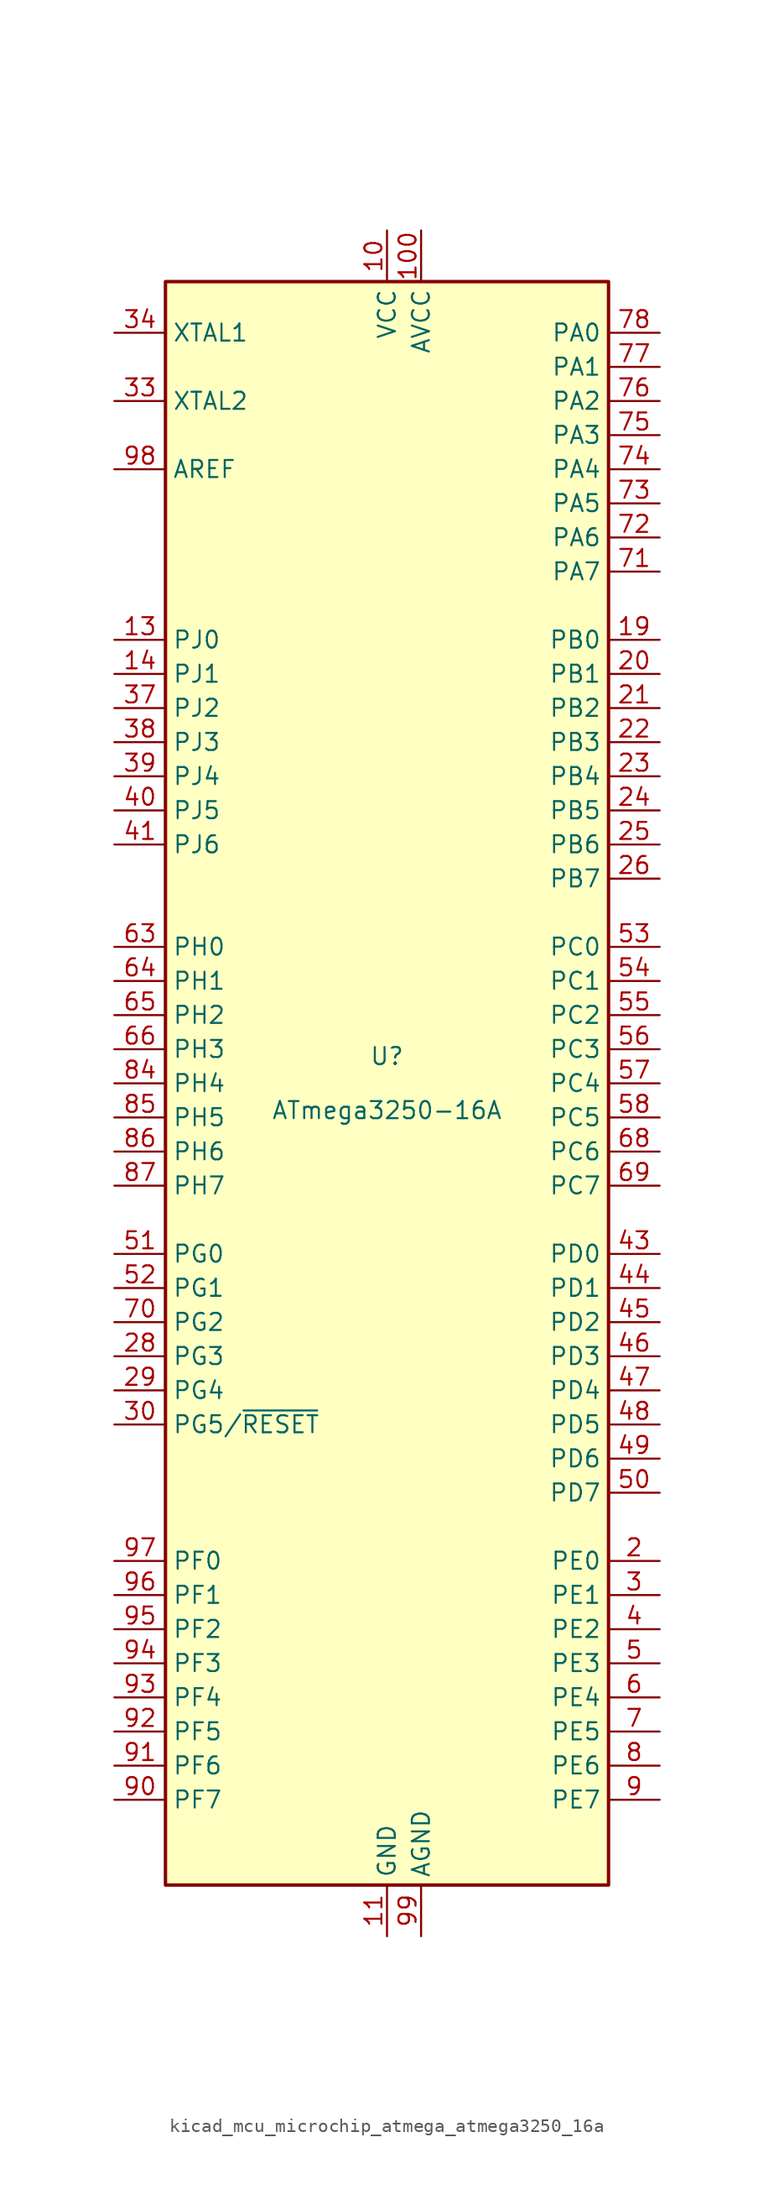
<source format=kicad_sym>
(kicad_symbol_lib
  (version 20220914)
  (generator kicad_symbol_editor)
  (symbol "kicad_mcu_microchip_atmega_atmega3250_16a"
    (property "Reference" "U"
      (at 0 1.27 0)
      (effects (font (size 1.27 1.27)) (justify bottom)))
    (property "Value" "ATmega3250-16A"
      (at 0 -1.27 0)
      (effects (font (size 1.27 1.27)) (justify top)))
    (symbol "kicad_mcu_microchip_atmega_atmega3250_16a_0_1"
      (rectangle (start -16.51 -59.69) (end 16.51 59.69) (stroke (width 0.254) (type default)) (fill (type background))))
    (symbol "kicad_mcu_microchip_atmega_atmega3250_16a_1_1"
      (pin no_connect line (at -15.24 40.64 0) (length 2.54) hide (name "NC" (effects (font (size 1.27 1.27)))) (number "1" (effects (font (size 1.27 1.27)))))
      (pin power_in line (at 0 63.5 270) (length 3.81) (name "VCC" (effects (font (size 1.27 1.27)))) (number "10" (effects (font (size 1.27 1.27)))))
      (pin power_in line (at 2.54 63.5 270) (length 3.81) (name "AVCC" (effects (font (size 1.27 1.27)))) (number "100" (effects (font (size 1.27 1.27)))))
      (pin power_in line (at 0 -63.5 90) (length 3.81) (name "GND" (effects (font (size 1.27 1.27)))) (number "11" (effects (font (size 1.27 1.27)))))
      (pin no_connect line (at -15.24 38.1 0) (length 2.54) hide (name "NC" (effects (font (size 1.27 1.27)))) (number "12" (effects (font (size 1.27 1.27)))))
      (pin bidirectional line (at -20.32 33.02 0) (length 3.81) (name "PJ0" (effects (font (size 1.27 1.27)))) (number "13" (effects (font (size 1.27 1.27)))))
      (pin bidirectional line (at -20.32 30.48 0) (length 3.81) (name "PJ1" (effects (font (size 1.27 1.27)))) (number "14" (effects (font (size 1.27 1.27)))))
      (pin no_connect line (at -15.24 35.56 0) (length 2.54) hide (name "NC" (effects (font (size 1.27 1.27)))) (number "15" (effects (font (size 1.27 1.27)))))
      (pin no_connect line (at -15.24 15.24 0) (length 2.54) hide (name "NC" (effects (font (size 1.27 1.27)))) (number "16" (effects (font (size 1.27 1.27)))))
      (pin no_connect line (at -15.24 12.7 0) (length 2.54) hide (name "NC" (effects (font (size 1.27 1.27)))) (number "17" (effects (font (size 1.27 1.27)))))
      (pin no_connect line (at -15.24 -10.16 0) (length 2.54) hide (name "NC" (effects (font (size 1.27 1.27)))) (number "18" (effects (font (size 1.27 1.27)))))
      (pin bidirectional line (at 20.32 33.02 180) (length 3.81) (name "PB0" (effects (font (size 1.27 1.27)))) (number "19" (effects (font (size 1.27 1.27)))))
      (pin bidirectional line (at 20.32 -35.56 180) (length 3.81) (name "PE0" (effects (font (size 1.27 1.27)))) (number "2" (effects (font (size 1.27 1.27)))))
      (pin bidirectional line (at 20.32 30.48 180) (length 3.81) (name "PB1" (effects (font (size 1.27 1.27)))) (number "20" (effects (font (size 1.27 1.27)))))
      (pin bidirectional line (at 20.32 27.94 180) (length 3.81) (name "PB2" (effects (font (size 1.27 1.27)))) (number "21" (effects (font (size 1.27 1.27)))))
      (pin bidirectional line (at 20.32 25.4 180) (length 3.81) (name "PB3" (effects (font (size 1.27 1.27)))) (number "22" (effects (font (size 1.27 1.27)))))
      (pin bidirectional line (at 20.32 22.86 180) (length 3.81) (name "PB4" (effects (font (size 1.27 1.27)))) (number "23" (effects (font (size 1.27 1.27)))))
      (pin bidirectional line (at 20.32 20.32 180) (length 3.81) (name "PB5" (effects (font (size 1.27 1.27)))) (number "24" (effects (font (size 1.27 1.27)))))
      (pin bidirectional line (at 20.32 17.78 180) (length 3.81) (name "PB6" (effects (font (size 1.27 1.27)))) (number "25" (effects (font (size 1.27 1.27)))))
      (pin bidirectional line (at 20.32 15.24 180) (length 3.81) (name "PB7" (effects (font (size 1.27 1.27)))) (number "26" (effects (font (size 1.27 1.27)))))
      (pin no_connect line (at -15.24 -27.94 0) (length 2.54) hide (name "NC" (effects (font (size 1.27 1.27)))) (number "27" (effects (font (size 1.27 1.27)))))
      (pin bidirectional line (at -20.32 -20.32 0) (length 3.81) (name "PG3" (effects (font (size 1.27 1.27)))) (number "28" (effects (font (size 1.27 1.27)))))
      (pin bidirectional line (at -20.32 -22.86 0) (length 3.81) (name "PG4" (effects (font (size 1.27 1.27)))) (number "29" (effects (font (size 1.27 1.27)))))
      (pin bidirectional line (at 20.32 -38.1 180) (length 3.81) (name "PE1" (effects (font (size 1.27 1.27)))) (number "3" (effects (font (size 1.27 1.27)))))
      (pin bidirectional line (at -20.32 -25.4 0) (length 3.81) (name "PG5/~{RESET}" (effects (font (size 1.27 1.27)))) (number "30" (effects (font (size 1.27 1.27)))))
      (pin passive line (at 0 63.5 270) (length 3.81) hide (name "VCC" (effects (font (size 1.27 1.27)))) (number "31" (effects (font (size 1.27 1.27)))))
      (pin passive line (at 0 -63.5 90) (length 3.81) hide (name "GND" (effects (font (size 1.27 1.27)))) (number "32" (effects (font (size 1.27 1.27)))))
      (pin output line (at -20.32 50.8 0) (length 3.81) (name "XTAL2" (effects (font (size 1.27 1.27)))) (number "33" (effects (font (size 1.27 1.27)))))
      (pin input line (at -20.32 55.88 0) (length 3.81) (name "XTAL1" (effects (font (size 1.27 1.27)))) (number "34" (effects (font (size 1.27 1.27)))))
      (pin no_connect line (at -15.24 -30.48 0) (length 2.54) hide (name "NC" (effects (font (size 1.27 1.27)))) (number "35" (effects (font (size 1.27 1.27)))))
      (pin no_connect line (at -15.24 -33.02 0) (length 2.54) hide (name "NC" (effects (font (size 1.27 1.27)))) (number "36" (effects (font (size 1.27 1.27)))))
      (pin bidirectional line (at -20.32 27.94 0) (length 3.81) (name "PJ2" (effects (font (size 1.27 1.27)))) (number "37" (effects (font (size 1.27 1.27)))))
      (pin bidirectional line (at -20.32 25.4 0) (length 3.81) (name "PJ3" (effects (font (size 1.27 1.27)))) (number "38" (effects (font (size 1.27 1.27)))))
      (pin bidirectional line (at -20.32 22.86 0) (length 3.81) (name "PJ4" (effects (font (size 1.27 1.27)))) (number "39" (effects (font (size 1.27 1.27)))))
      (pin bidirectional line (at 20.32 -40.64 180) (length 3.81) (name "PE2" (effects (font (size 1.27 1.27)))) (number "4" (effects (font (size 1.27 1.27)))))
      (pin bidirectional line (at -20.32 20.32 0) (length 3.81) (name "PJ5" (effects (font (size 1.27 1.27)))) (number "40" (effects (font (size 1.27 1.27)))))
      (pin bidirectional line (at -20.32 17.78 0) (length 3.81) (name "PJ6" (effects (font (size 1.27 1.27)))) (number "41" (effects (font (size 1.27 1.27)))))
      (pin no_connect line (at -15.24 -58.42 90) (length 2.54) hide (name "NC" (effects (font (size 1.27 1.27)))) (number "42" (effects (font (size 1.27 1.27)))))
      (pin bidirectional line (at 20.32 -12.7 180) (length 3.81) (name "PD0" (effects (font (size 1.27 1.27)))) (number "43" (effects (font (size 1.27 1.27)))))
      (pin bidirectional line (at 20.32 -15.24 180) (length 3.81) (name "PD1" (effects (font (size 1.27 1.27)))) (number "44" (effects (font (size 1.27 1.27)))))
      (pin bidirectional line (at 20.32 -17.78 180) (length 3.81) (name "PD2" (effects (font (size 1.27 1.27)))) (number "45" (effects (font (size 1.27 1.27)))))
      (pin bidirectional line (at 20.32 -20.32 180) (length 3.81) (name "PD3" (effects (font (size 1.27 1.27)))) (number "46" (effects (font (size 1.27 1.27)))))
      (pin bidirectional line (at 20.32 -22.86 180) (length 3.81) (name "PD4" (effects (font (size 1.27 1.27)))) (number "47" (effects (font (size 1.27 1.27)))))
      (pin bidirectional line (at 20.32 -25.4 180) (length 3.81) (name "PD5" (effects (font (size 1.27 1.27)))) (number "48" (effects (font (size 1.27 1.27)))))
      (pin bidirectional line (at 20.32 -27.94 180) (length 3.81) (name "PD6" (effects (font (size 1.27 1.27)))) (number "49" (effects (font (size 1.27 1.27)))))
      (pin bidirectional line (at 20.32 -43.18 180) (length 3.81) (name "PE3" (effects (font (size 1.27 1.27)))) (number "5" (effects (font (size 1.27 1.27)))))
      (pin bidirectional line (at 20.32 -30.48 180) (length 3.81) (name "PD7" (effects (font (size 1.27 1.27)))) (number "50" (effects (font (size 1.27 1.27)))))
      (pin bidirectional line (at -20.32 -12.7 0) (length 3.81) (name "PG0" (effects (font (size 1.27 1.27)))) (number "51" (effects (font (size 1.27 1.27)))))
      (pin bidirectional line (at -20.32 -15.24 0) (length 3.81) (name "PG1" (effects (font (size 1.27 1.27)))) (number "52" (effects (font (size 1.27 1.27)))))
      (pin bidirectional line (at 20.32 10.16 180) (length 3.81) (name "PC0" (effects (font (size 1.27 1.27)))) (number "53" (effects (font (size 1.27 1.27)))))
      (pin bidirectional line (at 20.32 7.62 180) (length 3.81) (name "PC1" (effects (font (size 1.27 1.27)))) (number "54" (effects (font (size 1.27 1.27)))))
      (pin bidirectional line (at 20.32 5.08 180) (length 3.81) (name "PC2" (effects (font (size 1.27 1.27)))) (number "55" (effects (font (size 1.27 1.27)))))
      (pin bidirectional line (at 20.32 2.54 180) (length 3.81) (name "PC3" (effects (font (size 1.27 1.27)))) (number "56" (effects (font (size 1.27 1.27)))))
      (pin bidirectional line (at 20.32 0 180) (length 3.81) (name "PC4" (effects (font (size 1.27 1.27)))) (number "57" (effects (font (size 1.27 1.27)))))
      (pin bidirectional line (at 20.32 -2.54 180) (length 3.81) (name "PC5" (effects (font (size 1.27 1.27)))) (number "58" (effects (font (size 1.27 1.27)))))
      (pin no_connect line (at -12.7 -58.42 90) (length 2.54) hide (name "NC" (effects (font (size 1.27 1.27)))) (number "59" (effects (font (size 1.27 1.27)))))
      (pin bidirectional line (at 20.32 -45.72 180) (length 3.81) (name "PE4" (effects (font (size 1.27 1.27)))) (number "6" (effects (font (size 1.27 1.27)))))
      (pin no_connect line (at -10.16 -58.42 90) (length 2.54) hide (name "NC" (effects (font (size 1.27 1.27)))) (number "60" (effects (font (size 1.27 1.27)))))
      (pin no_connect line (at -7.62 -58.42 90) (length 2.54) hide (name "NC" (effects (font (size 1.27 1.27)))) (number "61" (effects (font (size 1.27 1.27)))))
      (pin no_connect line (at -5.08 -58.42 90) (length 2.54) hide (name "NC" (effects (font (size 1.27 1.27)))) (number "62" (effects (font (size 1.27 1.27)))))
      (pin bidirectional line (at -20.32 10.16 0) (length 3.81) (name "PH0" (effects (font (size 1.27 1.27)))) (number "63" (effects (font (size 1.27 1.27)))))
      (pin bidirectional line (at -20.32 7.62 0) (length 3.81) (name "PH1" (effects (font (size 1.27 1.27)))) (number "64" (effects (font (size 1.27 1.27)))))
      (pin bidirectional line (at -20.32 5.08 0) (length 3.81) (name "PH2" (effects (font (size 1.27 1.27)))) (number "65" (effects (font (size 1.27 1.27)))))
      (pin bidirectional line (at -20.32 2.54 0) (length 3.81) (name "PH3" (effects (font (size 1.27 1.27)))) (number "66" (effects (font (size 1.27 1.27)))))
      (pin no_connect line (at -2.54 -58.42 90) (length 2.54) hide (name "NC" (effects (font (size 1.27 1.27)))) (number "67" (effects (font (size 1.27 1.27)))))
      (pin bidirectional line (at 20.32 -5.08 180) (length 3.81) (name "PC6" (effects (font (size 1.27 1.27)))) (number "68" (effects (font (size 1.27 1.27)))))
      (pin bidirectional line (at 20.32 -7.62 180) (length 3.81) (name "PC7" (effects (font (size 1.27 1.27)))) (number "69" (effects (font (size 1.27 1.27)))))
      (pin bidirectional line (at 20.32 -48.26 180) (length 3.81) (name "PE5" (effects (font (size 1.27 1.27)))) (number "7" (effects (font (size 1.27 1.27)))))
      (pin bidirectional line (at -20.32 -17.78 0) (length 3.81) (name "PG2" (effects (font (size 1.27 1.27)))) (number "70" (effects (font (size 1.27 1.27)))))
      (pin bidirectional line (at 20.32 38.1 180) (length 3.81) (name "PA7" (effects (font (size 1.27 1.27)))) (number "71" (effects (font (size 1.27 1.27)))))
      (pin bidirectional line (at 20.32 40.64 180) (length 3.81) (name "PA6" (effects (font (size 1.27 1.27)))) (number "72" (effects (font (size 1.27 1.27)))))
      (pin bidirectional line (at 20.32 43.18 180) (length 3.81) (name "PA5" (effects (font (size 1.27 1.27)))) (number "73" (effects (font (size 1.27 1.27)))))
      (pin bidirectional line (at 20.32 45.72 180) (length 3.81) (name "PA4" (effects (font (size 1.27 1.27)))) (number "74" (effects (font (size 1.27 1.27)))))
      (pin bidirectional line (at 20.32 48.26 180) (length 3.81) (name "PA3" (effects (font (size 1.27 1.27)))) (number "75" (effects (font (size 1.27 1.27)))))
      (pin bidirectional line (at 20.32 50.8 180) (length 3.81) (name "PA2" (effects (font (size 1.27 1.27)))) (number "76" (effects (font (size 1.27 1.27)))))
      (pin bidirectional line (at 20.32 53.34 180) (length 3.81) (name "PA1" (effects (font (size 1.27 1.27)))) (number "77" (effects (font (size 1.27 1.27)))))
      (pin bidirectional line (at 20.32 55.88 180) (length 3.81) (name "PA0" (effects (font (size 1.27 1.27)))) (number "78" (effects (font (size 1.27 1.27)))))
      (pin no_connect line (at 5.08 -58.42 90) (length 2.54) hide (name "NC" (effects (font (size 1.27 1.27)))) (number "79" (effects (font (size 1.27 1.27)))))
      (pin bidirectional line (at 20.32 -50.8 180) (length 3.81) (name "PE6" (effects (font (size 1.27 1.27)))) (number "8" (effects (font (size 1.27 1.27)))))
      (pin passive line (at 0 63.5 270) (length 3.81) hide (name "VCC" (effects (font (size 1.27 1.27)))) (number "80" (effects (font (size 1.27 1.27)))))
      (pin passive line (at 0 -63.5 90) (length 3.81) hide (name "GND" (effects (font (size 1.27 1.27)))) (number "81" (effects (font (size 1.27 1.27)))))
      (pin no_connect line (at 7.62 -58.42 90) (length 2.54) hide (name "NC" (effects (font (size 1.27 1.27)))) (number "82" (effects (font (size 1.27 1.27)))))
      (pin no_connect line (at 10.16 -58.42 90) (length 2.54) hide (name "NC" (effects (font (size 1.27 1.27)))) (number "83" (effects (font (size 1.27 1.27)))))
      (pin bidirectional line (at -20.32 0 0) (length 3.81) (name "PH4" (effects (font (size 1.27 1.27)))) (number "84" (effects (font (size 1.27 1.27)))))
      (pin bidirectional line (at -20.32 -2.54 0) (length 3.81) (name "PH5" (effects (font (size 1.27 1.27)))) (number "85" (effects (font (size 1.27 1.27)))))
      (pin bidirectional line (at -20.32 -5.08 0) (length 3.81) (name "PH6" (effects (font (size 1.27 1.27)))) (number "86" (effects (font (size 1.27 1.27)))))
      (pin bidirectional line (at -20.32 -7.62 0) (length 3.81) (name "PH7" (effects (font (size 1.27 1.27)))) (number "87" (effects (font (size 1.27 1.27)))))
      (pin no_connect line (at 12.7 -58.42 90) (length 2.54) hide (name "NC" (effects (font (size 1.27 1.27)))) (number "88" (effects (font (size 1.27 1.27)))))
      (pin no_connect line (at 15.24 -58.42 90) (length 2.54) hide (name "NC" (effects (font (size 1.27 1.27)))) (number "89" (effects (font (size 1.27 1.27)))))
      (pin bidirectional line (at 20.32 -53.34 180) (length 3.81) (name "PE7" (effects (font (size 1.27 1.27)))) (number "9" (effects (font (size 1.27 1.27)))))
      (pin bidirectional line (at -20.32 -53.34 0) (length 3.81) (name "PF7" (effects (font (size 1.27 1.27)))) (number "90" (effects (font (size 1.27 1.27)))))
      (pin bidirectional line (at -20.32 -50.8 0) (length 3.81) (name "PF6" (effects (font (size 1.27 1.27)))) (number "91" (effects (font (size 1.27 1.27)))))
      (pin bidirectional line (at -20.32 -48.26 0) (length 3.81) (name "PF5" (effects (font (size 1.27 1.27)))) (number "92" (effects (font (size 1.27 1.27)))))
      (pin bidirectional line (at -20.32 -45.72 0) (length 3.81) (name "PF4" (effects (font (size 1.27 1.27)))) (number "93" (effects (font (size 1.27 1.27)))))
      (pin bidirectional line (at -20.32 -43.18 0) (length 3.81) (name "PF3" (effects (font (size 1.27 1.27)))) (number "94" (effects (font (size 1.27 1.27)))))
      (pin bidirectional line (at -20.32 -40.64 0) (length 3.81) (name "PF2" (effects (font (size 1.27 1.27)))) (number "95" (effects (font (size 1.27 1.27)))))
      (pin bidirectional line (at -20.32 -38.1 0) (length 3.81) (name "PF1" (effects (font (size 1.27 1.27)))) (number "96" (effects (font (size 1.27 1.27)))))
      (pin bidirectional line (at -20.32 -35.56 0) (length 3.81) (name "PF0" (effects (font (size 1.27 1.27)))) (number "97" (effects (font (size 1.27 1.27)))))
      (pin passive line (at -20.32 45.72 0) (length 3.81) (name "AREF" (effects (font (size 1.27 1.27)))) (number "98" (effects (font (size 1.27 1.27)))))
      (pin power_in line (at 2.54 -63.5 90) (length 3.81) (name "AGND" (effects (font (size 1.27 1.27)))) (number "99" (effects (font (size 1.27 1.27))))))))
</source>
